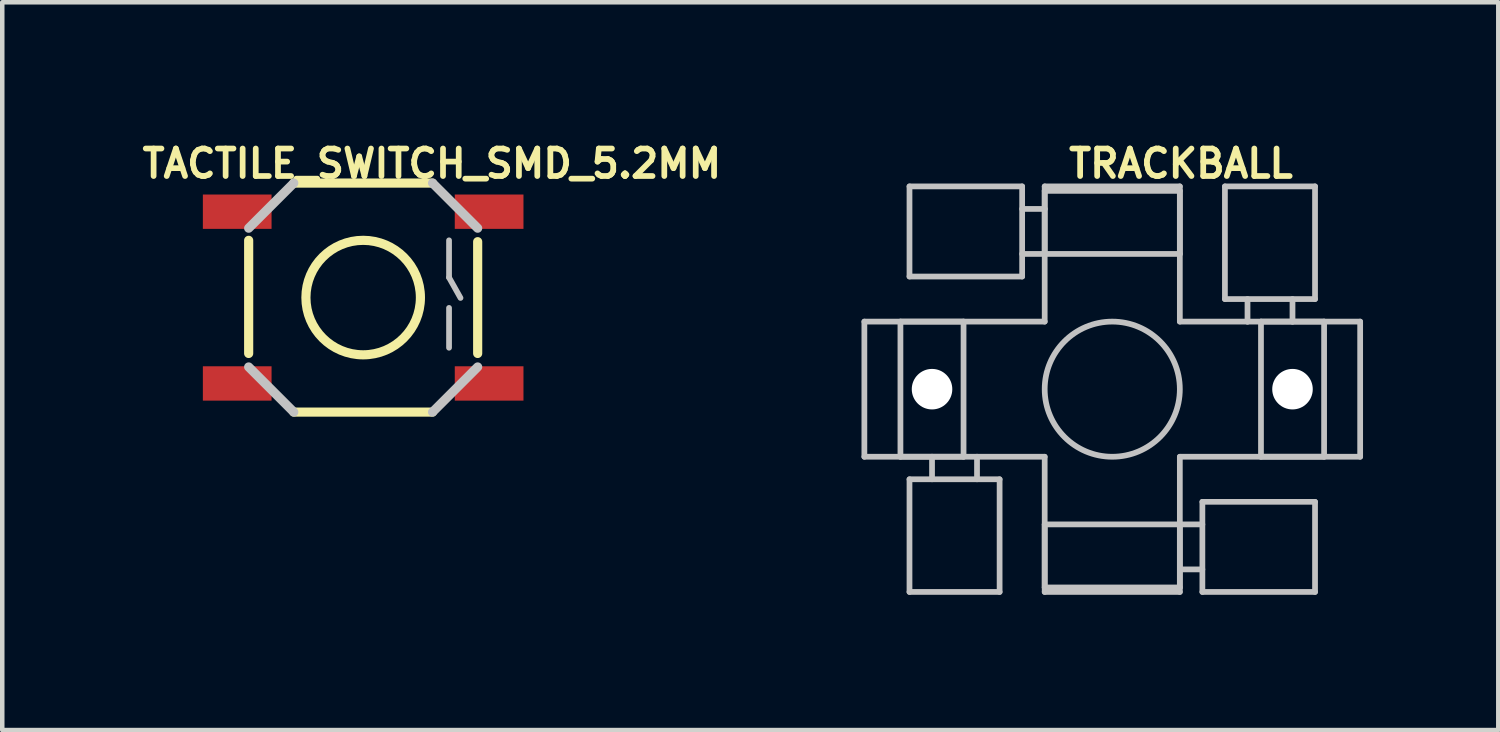
<source format=kicad_pcb>
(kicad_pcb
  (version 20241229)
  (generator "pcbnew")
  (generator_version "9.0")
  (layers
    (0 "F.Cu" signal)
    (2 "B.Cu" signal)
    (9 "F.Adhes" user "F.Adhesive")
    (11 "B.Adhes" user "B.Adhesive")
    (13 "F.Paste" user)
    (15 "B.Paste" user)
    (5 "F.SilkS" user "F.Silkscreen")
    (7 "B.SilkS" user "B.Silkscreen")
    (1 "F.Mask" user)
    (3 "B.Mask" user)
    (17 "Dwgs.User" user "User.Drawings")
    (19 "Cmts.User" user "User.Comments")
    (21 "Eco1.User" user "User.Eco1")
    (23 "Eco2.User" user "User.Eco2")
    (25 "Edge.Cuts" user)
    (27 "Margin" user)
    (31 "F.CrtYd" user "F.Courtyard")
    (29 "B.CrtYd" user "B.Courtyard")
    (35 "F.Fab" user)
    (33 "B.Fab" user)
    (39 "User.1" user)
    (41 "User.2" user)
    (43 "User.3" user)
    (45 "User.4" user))
  (footprint "TACTILE_SWITCH_SMD_5.2MM"
    (layer "F.Cu")
    (at 5.006 3.551)
    (property "Reference" "TACTILE_SWITCH_SMD_5.2MM" (at 1.524 -2.972 0) (layer "F.SilkS") (effects (font (size 0.61 0.61) (thickness 0.127))))
    (attr smd)
    (fp_line (start -2.54 1.24) (end -2.54 -1.27) (stroke (width 0.203) (type solid)) (layer "F.SilkS"))
    (fp_line (start -1.539 -2.54) (end 1.539 -2.54) (stroke (width 0.203) (type solid)) (layer "F.SilkS"))
    (fp_line (start 1.539 2.54) (end -1.539 2.54) (stroke (width 0.203) (type solid)) (layer "F.SilkS"))
    (fp_line (start 2.54 -1.24) (end 2.54 1.24) (stroke (width 0.203) (type solid)) (layer "F.SilkS"))
    (fp_circle (center 0 0) (end 0 -1.27) (stroke (width 0.203) (type solid)) (fill no) (layer "F.SilkS"))
    (fp_line (start -2.54 -1.539) (end -1.539 -2.54) (stroke (width 0.203) (type solid)) (layer "Dwgs.User"))
    (fp_line (start -1.539 2.54) (end -2.54 1.539) (stroke (width 0.203) (type solid)) (layer "Dwgs.User"))
    (fp_line (start 1.539 -2.54) (end 2.54 -1.539) (stroke (width 0.203) (type solid)) (layer "Dwgs.User"))
    (fp_line (start 1.905 -1.27) (end 1.905 -0.445) (stroke (width 0.127) (type solid)) (layer "Dwgs.User"))
    (fp_line (start 1.905 -0.445) (end 2.159 0.008) (stroke (width 0.127) (type solid)) (layer "Dwgs.User"))
    (fp_line (start 1.905 0.229) (end 1.905 1.113) (stroke (width 0.127) (type solid)) (layer "Dwgs.User"))
    (fp_line (start 2.54 1.539) (end 1.539 2.54) (stroke (width 0.203) (type solid)) (layer "Dwgs.User"))
    (pad "1" smd rect (at -2.794 -1.905 90) (size 0.762 1.524) (layers "F.Cu" "F.Mask" "F.Paste"))
    (pad "2" smd rect (at 2.794 -1.905 90) (size 0.762 1.524) (layers "F.Cu" "F.Mask" "F.Paste"))
    (pad "3" smd rect (at -2.794 1.905 90) (size 0.762 1.524) (layers "F.Cu" "F.Mask" "F.Paste"))
    (pad "4" smd rect (at 2.794 1.905 90) (size 0.762 1.524) (layers "F.Cu" "F.Mask" "F.Paste")))
  (footprint "TRACKBALL"
    (layer "F.Cu")
    (at 21.623 5.583)
    (property "Reference" "TRACKBALL" (at 1.524 -5.004 0) (layer "F.SilkS") (effects (font (size 0.61 0.61) (thickness 0.127))))
    (attr exclude_from_pos_files exclude_from_bom)
    (fp_line (start -5.499 -1.499) (end -5.499 1.499) (stroke (width 0.127) (type solid)) (layer "Dwgs.User"))
    (fp_line (start -5.499 1.499) (end -3.998 1.499) (stroke (width 0.127) (type solid)) (layer "Dwgs.User"))
    (fp_line (start -4.699 -1.499) (end -3.299 -1.499) (stroke (width 0.127) (type solid)) (layer "Dwgs.User"))
    (fp_line (start -4.699 1.499) (end -4.699 -1.499) (stroke (width 0.127) (type solid)) (layer "Dwgs.User"))
    (fp_line (start -4.498 -4.498) (end -1.999 -4.498) (stroke (width 0.066) (type solid)) (layer "Dwgs.User"))
    (fp_line (start -4.498 -4.498) (end -1.999 -4.498) (stroke (width 0.127) (type solid)) (layer "Dwgs.User"))
    (fp_line (start -4.498 -2.499) (end -4.498 -4.498) (stroke (width 0.066) (type solid)) (layer "Dwgs.User"))
    (fp_line (start -4.498 -2.499) (end -4.498 -4.498) (stroke (width 0.127) (type solid)) (layer "Dwgs.User"))
    (fp_line (start -4.498 -2.499) (end -1.999 -2.499) (stroke (width 0.066) (type solid)) (layer "Dwgs.User"))
    (fp_line (start -4.498 1.999) (end -2.499 1.999) (stroke (width 0.066) (type solid)) (layer "Dwgs.User"))
    (fp_line (start -4.498 1.999) (end -2.499 1.999) (stroke (width 0.127) (type solid)) (layer "Dwgs.User"))
    (fp_line (start -4.498 4.498) (end -4.498 1.999) (stroke (width 0.066) (type solid)) (layer "Dwgs.User"))
    (fp_line (start -4.498 4.498) (end -4.498 1.999) (stroke (width 0.127) (type solid)) (layer "Dwgs.User"))
    (fp_line (start -4.498 4.498) (end -2.499 4.498) (stroke (width 0.066) (type solid)) (layer "Dwgs.User"))
    (fp_line (start -3.998 1.499) (end -3.998 1.999) (stroke (width 0.127) (type solid)) (layer "Dwgs.User"))
    (fp_line (start -3.998 1.499) (end -3 1.499) (stroke (width 0.127) (type solid)) (layer "Dwgs.User"))
    (fp_line (start -3.299 -1.499) (end -3.299 1.499) (stroke (width 0.127) (type solid)) (layer "Dwgs.User"))
    (fp_line (start -3.299 1.499) (end -4.699 1.499) (stroke (width 0.127) (type solid)) (layer "Dwgs.User"))
    (fp_line (start -3 1.499) (end -3 1.999) (stroke (width 0.127) (type solid)) (layer "Dwgs.User"))
    (fp_line (start -3 1.499) (end -1.499 1.499) (stroke (width 0.127) (type solid)) (layer "Dwgs.User"))
    (fp_line (start -2.499 1.999) (end -2.499 4.498) (stroke (width 0.127) (type solid)) (layer "Dwgs.User"))
    (fp_line (start -2.499 4.498) (end -4.498 4.498) (stroke (width 0.127) (type solid)) (layer "Dwgs.User"))
    (fp_line (start -2.499 4.498) (end -2.499 1.999) (stroke (width 0.066) (type solid)) (layer "Dwgs.User"))
    (fp_line (start -1.999 -4.498) (end -1.999 -2.499) (stroke (width 0.127) (type solid)) (layer "Dwgs.User"))
    (fp_line (start -1.999 -3.998) (end -1.499 -3.998) (stroke (width 0.127) (type solid)) (layer "Dwgs.User"))
    (fp_line (start -1.999 -2.499) (end -4.498 -2.499) (stroke (width 0.127) (type solid)) (layer "Dwgs.User"))
    (fp_line (start -1.999 -2.499) (end -1.999 -4.498) (stroke (width 0.066) (type solid)) (layer "Dwgs.User"))
    (fp_line (start -1.499 -4.498) (end 1.499 -4.498) (stroke (width 0.127) (type solid)) (layer "Dwgs.User"))
    (fp_line (start -1.499 -4.399) (end 1.499 -4.399) (stroke (width 0.127) (type solid)) (layer "Dwgs.User"))
    (fp_line (start -1.499 -3.998) (end -1.499 -4.498) (stroke (width 0.127) (type solid)) (layer "Dwgs.User"))
    (fp_line (start -1.499 -3) (end -1.999 -3) (stroke (width 0.127) (type solid)) (layer "Dwgs.User"))
    (fp_line (start -1.499 -3) (end -1.499 -4.399) (stroke (width 0.127) (type solid)) (layer "Dwgs.User"))
    (fp_line (start -1.499 -3) (end -1.499 -3.998) (stroke (width 0.127) (type solid)) (layer "Dwgs.User"))
    (fp_line (start -1.499 -1.499) (end -5.499 -1.499) (stroke (width 0.127) (type solid)) (layer "Dwgs.User"))
    (fp_line (start -1.499 -1.499) (end -1.499 -3) (stroke (width 0.127) (type solid)) (layer "Dwgs.User"))
    (fp_line (start -1.499 1.499) (end -1.499 4.498) (stroke (width 0.127) (type solid)) (layer "Dwgs.User"))
    (fp_line (start -1.499 3) (end 1.499 3) (stroke (width 0.127) (type solid)) (layer "Dwgs.User"))
    (fp_line (start -1.499 4.399) (end -1.499 3) (stroke (width 0.127) (type solid)) (layer "Dwgs.User"))
    (fp_line (start 1.499 -4.399) (end 1.499 -3) (stroke (width 0.127) (type solid)) (layer "Dwgs.User"))
    (fp_line (start 1.499 -3) (end -1.499 -3) (stroke (width 0.127) (type solid)) (layer "Dwgs.User"))
    (fp_line (start 1.499 -1.499) (end 1.499 -4.498) (stroke (width 0.127) (type solid)) (layer "Dwgs.User"))
    (fp_line (start 1.499 1.499) (end 1.499 3) (stroke (width 0.127) (type solid)) (layer "Dwgs.User"))
    (fp_line (start 1.499 3) (end 1.499 3.998) (stroke (width 0.127) (type solid)) (layer "Dwgs.User"))
    (fp_line (start 1.499 3) (end 1.499 4.399) (stroke (width 0.127) (type solid)) (layer "Dwgs.User"))
    (fp_line (start 1.499 3.998) (end 1.499 4.498) (stroke (width 0.127) (type solid)) (layer "Dwgs.User"))
    (fp_line (start 1.499 4.399) (end -1.499 4.399) (stroke (width 0.127) (type solid)) (layer "Dwgs.User"))
    (fp_line (start 1.499 4.498) (end -1.499 4.498) (stroke (width 0.127) (type solid)) (layer "Dwgs.User"))
    (fp_line (start 1.999 2.499) (end 4.498 2.499) (stroke (width 0.066) (type solid)) (layer "Dwgs.User"))
    (fp_line (start 1.999 2.499) (end 4.498 2.499) (stroke (width 0.127) (type solid)) (layer "Dwgs.User"))
    (fp_line (start 1.999 3) (end 1.499 3) (stroke (width 0.127) (type solid)) (layer "Dwgs.User"))
    (fp_line (start 1.999 3.998) (end 1.499 3.998) (stroke (width 0.127) (type solid)) (layer "Dwgs.User"))
    (fp_line (start 1.999 4.498) (end 1.999 2.499) (stroke (width 0.066) (type solid)) (layer "Dwgs.User"))
    (fp_line (start 1.999 4.498) (end 1.999 2.499) (stroke (width 0.127) (type solid)) (layer "Dwgs.User"))
    (fp_line (start 1.999 4.498) (end 4.498 4.498) (stroke (width 0.066) (type solid)) (layer "Dwgs.User"))
    (fp_line (start 2.499 -4.498) (end 4.498 -4.498) (stroke (width 0.066) (type solid)) (layer "Dwgs.User"))
    (fp_line (start 2.499 -4.498) (end 4.498 -4.498) (stroke (width 0.127) (type solid)) (layer "Dwgs.User"))
    (fp_line (start 2.499 -1.999) (end 2.499 -4.498) (stroke (width 0.066) (type solid)) (layer "Dwgs.User"))
    (fp_line (start 2.499 -1.999) (end 2.499 -4.498) (stroke (width 0.127) (type solid)) (layer "Dwgs.User"))
    (fp_line (start 2.499 -1.999) (end 4.498 -1.999) (stroke (width 0.066) (type solid)) (layer "Dwgs.User"))
    (fp_line (start 3 -1.999) (end 3 -1.499) (stroke (width 0.127) (type solid)) (layer "Dwgs.User"))
    (fp_line (start 3 -1.499) (end 1.499 -1.499) (stroke (width 0.127) (type solid)) (layer "Dwgs.User"))
    (fp_line (start 3.299 -1.499) (end 4.699 -1.499) (stroke (width 0.127) (type solid)) (layer "Dwgs.User"))
    (fp_line (start 3.299 1.499) (end 3.299 -1.499) (stroke (width 0.127) (type solid)) (layer "Dwgs.User"))
    (fp_line (start 3.998 -1.999) (end 3.998 -1.499) (stroke (width 0.127) (type solid)) (layer "Dwgs.User"))
    (fp_line (start 3.998 -1.499) (end 3 -1.499) (stroke (width 0.127) (type solid)) (layer "Dwgs.User"))
    (fp_line (start 4.498 -4.498) (end 4.498 -1.999) (stroke (width 0.127) (type solid)) (layer "Dwgs.User"))
    (fp_line (start 4.498 -1.999) (end 2.499 -1.999) (stroke (width 0.127) (type solid)) (layer "Dwgs.User"))
    (fp_line (start 4.498 -1.999) (end 4.498 -4.498) (stroke (width 0.066) (type solid)) (layer "Dwgs.User"))
    (fp_line (start 4.498 2.499) (end 4.498 4.498) (stroke (width 0.127) (type solid)) (layer "Dwgs.User"))
    (fp_line (start 4.498 4.498) (end 1.999 4.498) (stroke (width 0.127) (type solid)) (layer "Dwgs.User"))
    (fp_line (start 4.498 4.498) (end 4.498 2.499) (stroke (width 0.066) (type solid)) (layer "Dwgs.User"))
    (fp_line (start 4.699 -1.499) (end 4.699 1.499) (stroke (width 0.127) (type solid)) (layer "Dwgs.User"))
    (fp_line (start 4.699 1.499) (end 3.299 1.499) (stroke (width 0.127) (type solid)) (layer "Dwgs.User"))
    (fp_line (start 5.499 -1.499) (end 3.998 -1.499) (stroke (width 0.127) (type solid)) (layer "Dwgs.User"))
    (fp_line (start 5.499 -1.499) (end 5.499 1.499) (stroke (width 0.127) (type solid)) (layer "Dwgs.User"))
    (fp_line (start 5.499 1.499) (end 1.499 1.499) (stroke (width 0.127) (type solid)) (layer "Dwgs.User"))
    (fp_circle (center 0 0) (end 0 -1.499) (stroke (width 0.127) (type solid)) (fill no) (layer "Dwgs.User"))
    (fp_line (start -4.699 -1.499) (end -3.299 -1.499) (stroke (width 0.066) (type solid)) (layer "Eco2.User"))
    (fp_line (start -4.699 1.499) (end -4.699 -1.499) (stroke (width 0.066) (type solid)) (layer "Eco2.User"))
    (fp_line (start -4.699 1.499) (end -3.299 1.499) (stroke (width 0.066) (type solid)) (layer "Eco2.User"))
    (fp_line (start -3.299 1.499) (end -3.299 -1.499) (stroke (width 0.066) (type solid)) (layer "Eco2.User"))
    (fp_line (start -1.499 -4.399) (end 1.499 -4.399) (stroke (width 0.066) (type solid)) (layer "Eco2.User"))
    (fp_line (start -1.499 -3) (end -1.499 -4.399) (stroke (width 0.066) (type solid)) (layer "Eco2.User"))
    (fp_line (start -1.499 -3) (end 1.499 -3) (stroke (width 0.066) (type solid)) (layer "Eco2.User"))
    (fp_line (start -1.499 3) (end 1.499 3) (stroke (width 0.066) (type solid)) (layer "Eco2.User"))
    (fp_line (start -1.499 4.399) (end -1.499 3) (stroke (width 0.066) (type solid)) (layer "Eco2.User"))
    (fp_line (start -1.499 4.399) (end 1.499 4.399) (stroke (width 0.066) (type solid)) (layer "Eco2.User"))
    (fp_line (start 1.499 -3) (end 1.499 -4.399) (stroke (width 0.066) (type solid)) (layer "Eco2.User"))
    (fp_line (start 1.499 4.399) (end 1.499 3) (stroke (width 0.066) (type solid)) (layer "Eco2.User"))
    (fp_line (start 3.299 -1.499) (end 4.699 -1.499) (stroke (width 0.066) (type solid)) (layer "Eco2.User"))
    (fp_line (start 3.299 1.499) (end 3.299 -1.499) (stroke (width 0.066) (type solid)) (layer "Eco2.User"))
    (fp_line (start 3.299 1.499) (end 4.699 1.499) (stroke (width 0.066) (type solid)) (layer "Eco2.User"))
    (fp_line (start 4.699 1.499) (end 4.699 -1.499) (stroke (width 0.066) (type solid)) (layer "Eco2.User"))
    (pad "" np_thru_hole circle (at -3.998 0) (size 0.899 0.899) (drill 0.899) (layers "*.Cu" "*.Mask"))
    (pad "" np_thru_hole circle (at 3.998 0) (size 0.899 0.899) (drill 0.899) (layers "*.Cu" "*.Mask")))
  (gr_rect
    (start -3 -3)
    (end 30.186 13.145)
    (stroke (width 0.1) (type default))
    (fill no)
    (layer "Edge.Cuts")))
</source>
